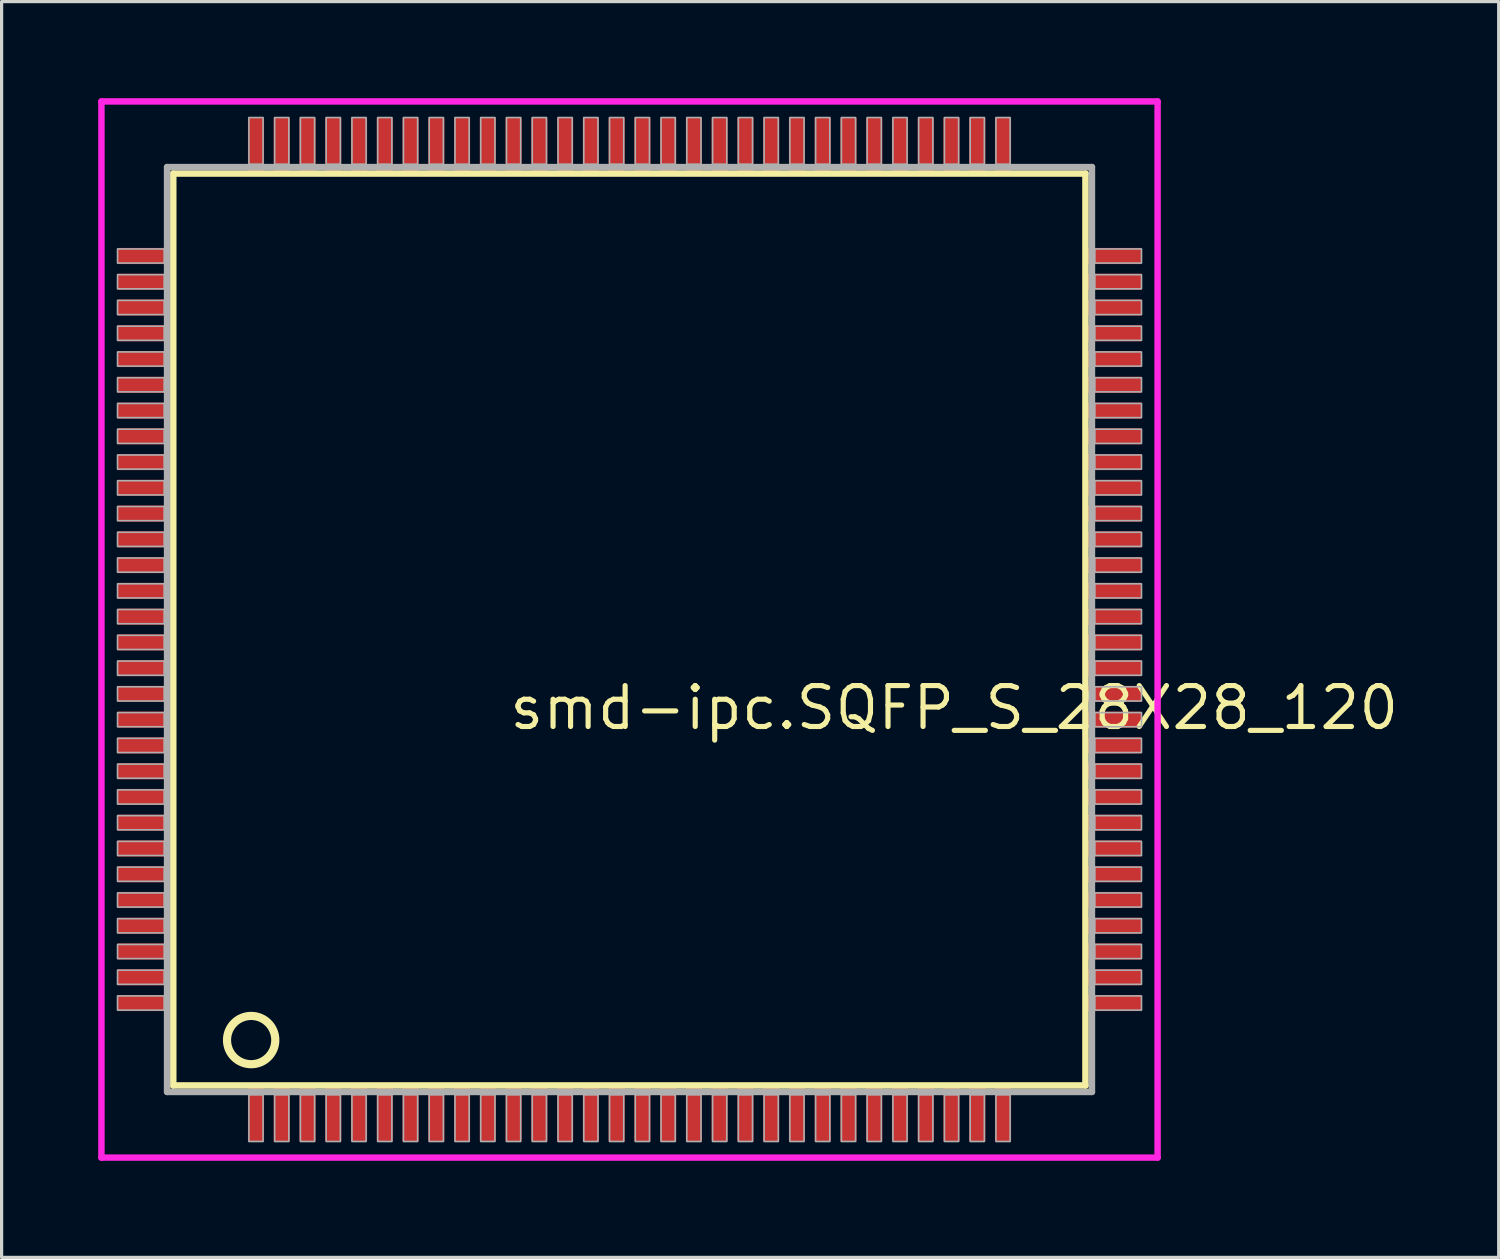
<source format=kicad_pcb>
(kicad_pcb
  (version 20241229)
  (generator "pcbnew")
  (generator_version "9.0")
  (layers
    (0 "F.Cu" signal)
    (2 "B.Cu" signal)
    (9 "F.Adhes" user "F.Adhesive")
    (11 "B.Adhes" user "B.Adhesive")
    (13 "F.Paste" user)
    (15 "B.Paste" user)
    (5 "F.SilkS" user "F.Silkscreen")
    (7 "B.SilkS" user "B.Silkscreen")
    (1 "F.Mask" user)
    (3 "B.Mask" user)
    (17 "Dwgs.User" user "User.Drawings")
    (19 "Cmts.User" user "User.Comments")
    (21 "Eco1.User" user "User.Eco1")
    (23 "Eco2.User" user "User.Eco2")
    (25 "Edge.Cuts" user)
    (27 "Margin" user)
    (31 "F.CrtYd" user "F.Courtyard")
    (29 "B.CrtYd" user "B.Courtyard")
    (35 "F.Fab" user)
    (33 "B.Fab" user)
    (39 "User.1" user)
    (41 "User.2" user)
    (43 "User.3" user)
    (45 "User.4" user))
  (footprint "smd-ipc.SQFP_S_28X28_120"
    (layer "F.Cu")
    (at 16.5 16.5)
    (property "Reference" "smd-ipc.SQFP_S_28X28_120" (at -3.81 3.175 0) (layer "F.SilkS") (effects (font (size 1.27 1.27) (thickness 0.16)) (justify left bottom)))
    (attr smd)
    (fp_line (start -14.17 -14.16) (end 14.16 -14.16) (stroke (width 0.203) (type default)) (layer "F.SilkS"))
    (fp_line (start -14.17 14.16) (end -14.17 -14.16) (stroke (width 0.203) (type default)) (layer "F.SilkS"))
    (fp_line (start 14.16 -14.16) (end 14.16 14.16) (stroke (width 0.203) (type default)) (layer "F.SilkS"))
    (fp_line (start 14.16 14.16) (end -14.17 14.16) (stroke (width 0.203) (type default)) (layer "F.SilkS"))
    (fp_circle (center -11.75 12.75) (end -11 12.75) (stroke (width 0.254) (type default)) (fill no) (layer "F.SilkS"))
    (fp_line (start -16.4 -16.4) (end 16.4 -16.4) (stroke (width 0.2) (type default)) (layer "F.CrtYd"))
    (fp_line (start -16.4 16.4) (end -16.4 -16.4) (stroke (width 0.2) (type default)) (layer "F.CrtYd"))
    (fp_line (start 16.4 -16.4) (end 16.4 16.4) (stroke (width 0.2) (type default)) (layer "F.CrtYd"))
    (fp_line (start 16.4 16.4) (end -16.4 16.4) (stroke (width 0.2) (type default)) (layer "F.CrtYd"))
    (fp_line (start -14.36 -14.36) (end -14.36 14.36) (stroke (width 0.203) (type default)) (layer "F.Fab"))
    (fp_line (start -14.36 14.36) (end 14.36 14.36) (stroke (width 0.203) (type default)) (layer "F.Fab"))
    (fp_line (start 14.36 -14.36) (end -14.36 -14.36) (stroke (width 0.203) (type default)) (layer "F.Fab"))
    (fp_line (start 14.36 14.36) (end 14.36 -14.36) (stroke (width 0.203) (type default)) (layer "F.Fab"))
    (fp_rect (start -15.9 -11.38) (end -14.45 -11.82) (stroke (width 0.05) (type default)) (fill no) (layer "F.Fab"))
    (fp_rect (start -15.9 -10.58) (end -14.45 -11.02) (stroke (width 0.05) (type default)) (fill no) (layer "F.Fab"))
    (fp_rect (start -15.9 -9.78) (end -14.45 -10.22) (stroke (width 0.05) (type default)) (fill no) (layer "F.Fab"))
    (fp_rect (start -15.9 -8.98) (end -14.45 -9.42) (stroke (width 0.05) (type default)) (fill no) (layer "F.Fab"))
    (fp_rect (start -15.9 -8.18) (end -14.45 -8.62) (stroke (width 0.05) (type default)) (fill no) (layer "F.Fab"))
    (fp_rect (start -15.9 -7.38) (end -14.45 -7.82) (stroke (width 0.05) (type default)) (fill no) (layer "F.Fab"))
    (fp_rect (start -15.9 -6.58) (end -14.45 -7.02) (stroke (width 0.05) (type default)) (fill no) (layer "F.Fab"))
    (fp_rect (start -15.9 -5.78) (end -14.45 -6.22) (stroke (width 0.05) (type default)) (fill no) (layer "F.Fab"))
    (fp_rect (start -15.9 -4.98) (end -14.45 -5.42) (stroke (width 0.05) (type default)) (fill no) (layer "F.Fab"))
    (fp_rect (start -15.9 -4.18) (end -14.45 -4.62) (stroke (width 0.05) (type default)) (fill no) (layer "F.Fab"))
    (fp_rect (start -15.9 -3.38) (end -14.45 -3.82) (stroke (width 0.05) (type default)) (fill no) (layer "F.Fab"))
    (fp_rect (start -15.9 -2.58) (end -14.45 -3.02) (stroke (width 0.05) (type default)) (fill no) (layer "F.Fab"))
    (fp_rect (start -15.9 -1.78) (end -14.45 -2.22) (stroke (width 0.05) (type default)) (fill no) (layer "F.Fab"))
    (fp_rect (start -15.9 -0.98) (end -14.45 -1.42) (stroke (width 0.05) (type default)) (fill no) (layer "F.Fab"))
    (fp_rect (start -15.9 -0.18) (end -14.45 -0.62) (stroke (width 0.05) (type default)) (fill no) (layer "F.Fab"))
    (fp_rect (start -15.9 0.62) (end -14.45 0.18) (stroke (width 0.05) (type default)) (fill no) (layer "F.Fab"))
    (fp_rect (start -15.9 1.42) (end -14.45 0.98) (stroke (width 0.05) (type default)) (fill no) (layer "F.Fab"))
    (fp_rect (start -15.9 2.22) (end -14.45 1.78) (stroke (width 0.05) (type default)) (fill no) (layer "F.Fab"))
    (fp_rect (start -15.9 3.02) (end -14.45 2.58) (stroke (width 0.05) (type default)) (fill no) (layer "F.Fab"))
    (fp_rect (start -15.9 3.82) (end -14.45 3.38) (stroke (width 0.05) (type default)) (fill no) (layer "F.Fab"))
    (fp_rect (start -15.9 4.62) (end -14.45 4.18) (stroke (width 0.05) (type default)) (fill no) (layer "F.Fab"))
    (fp_rect (start -15.9 5.42) (end -14.45 4.98) (stroke (width 0.05) (type default)) (fill no) (layer "F.Fab"))
    (fp_rect (start -15.9 6.22) (end -14.45 5.78) (stroke (width 0.05) (type default)) (fill no) (layer "F.Fab"))
    (fp_rect (start -15.9 7.02) (end -14.45 6.58) (stroke (width 0.05) (type default)) (fill no) (layer "F.Fab"))
    (fp_rect (start -15.9 7.82) (end -14.45 7.38) (stroke (width 0.05) (type default)) (fill no) (layer "F.Fab"))
    (fp_rect (start -15.9 8.62) (end -14.45 8.18) (stroke (width 0.05) (type default)) (fill no) (layer "F.Fab"))
    (fp_rect (start -15.9 9.42) (end -14.45 8.98) (stroke (width 0.05) (type default)) (fill no) (layer "F.Fab"))
    (fp_rect (start -15.9 10.22) (end -14.45 9.78) (stroke (width 0.05) (type default)) (fill no) (layer "F.Fab"))
    (fp_rect (start -15.9 11.02) (end -14.45 10.58) (stroke (width 0.05) (type default)) (fill no) (layer "F.Fab"))
    (fp_rect (start -15.9 11.82) (end -14.45 11.38) (stroke (width 0.05) (type default)) (fill no) (layer "F.Fab"))
    (fp_rect (start -11.82 -14.45) (end -11.38 -15.9) (stroke (width 0.05) (type default)) (fill no) (layer "F.Fab"))
    (fp_rect (start -11.82 15.9) (end -11.38 14.45) (stroke (width 0.05) (type default)) (fill no) (layer "F.Fab"))
    (fp_rect (start -11.02 -14.45) (end -10.58 -15.9) (stroke (width 0.05) (type default)) (fill no) (layer "F.Fab"))
    (fp_rect (start -11.02 15.9) (end -10.58 14.45) (stroke (width 0.05) (type default)) (fill no) (layer "F.Fab"))
    (fp_rect (start -10.22 -14.45) (end -9.78 -15.9) (stroke (width 0.05) (type default)) (fill no) (layer "F.Fab"))
    (fp_rect (start -10.22 15.9) (end -9.78 14.45) (stroke (width 0.05) (type default)) (fill no) (layer "F.Fab"))
    (fp_rect (start -9.42 -14.45) (end -8.98 -15.9) (stroke (width 0.05) (type default)) (fill no) (layer "F.Fab"))
    (fp_rect (start -9.42 15.9) (end -8.98 14.45) (stroke (width 0.05) (type default)) (fill no) (layer "F.Fab"))
    (fp_rect (start -8.62 -14.45) (end -8.18 -15.9) (stroke (width 0.05) (type default)) (fill no) (layer "F.Fab"))
    (fp_rect (start -8.62 15.9) (end -8.18 14.45) (stroke (width 0.05) (type default)) (fill no) (layer "F.Fab"))
    (fp_rect (start -7.82 -14.45) (end -7.38 -15.9) (stroke (width 0.05) (type default)) (fill no) (layer "F.Fab"))
    (fp_rect (start -7.82 15.9) (end -7.38 14.45) (stroke (width 0.05) (type default)) (fill no) (layer "F.Fab"))
    (fp_rect (start -7.02 -14.45) (end -6.58 -15.9) (stroke (width 0.05) (type default)) (fill no) (layer "F.Fab"))
    (fp_rect (start -7.02 15.9) (end -6.58 14.45) (stroke (width 0.05) (type default)) (fill no) (layer "F.Fab"))
    (fp_rect (start -6.22 -14.45) (end -5.78 -15.9) (stroke (width 0.05) (type default)) (fill no) (layer "F.Fab"))
    (fp_rect (start -6.22 15.9) (end -5.78 14.45) (stroke (width 0.05) (type default)) (fill no) (layer "F.Fab"))
    (fp_rect (start -5.42 -14.45) (end -4.98 -15.9) (stroke (width 0.05) (type default)) (fill no) (layer "F.Fab"))
    (fp_rect (start -5.42 15.9) (end -4.98 14.45) (stroke (width 0.05) (type default)) (fill no) (layer "F.Fab"))
    (fp_rect (start -4.62 -14.45) (end -4.18 -15.9) (stroke (width 0.05) (type default)) (fill no) (layer "F.Fab"))
    (fp_rect (start -4.62 15.9) (end -4.18 14.45) (stroke (width 0.05) (type default)) (fill no) (layer "F.Fab"))
    (fp_rect (start -3.82 -14.45) (end -3.38 -15.9) (stroke (width 0.05) (type default)) (fill no) (layer "F.Fab"))
    (fp_rect (start -3.82 15.9) (end -3.38 14.45) (stroke (width 0.05) (type default)) (fill no) (layer "F.Fab"))
    (fp_rect (start -3.02 -14.45) (end -2.58 -15.9) (stroke (width 0.05) (type default)) (fill no) (layer "F.Fab"))
    (fp_rect (start -3.02 15.9) (end -2.58 14.45) (stroke (width 0.05) (type default)) (fill no) (layer "F.Fab"))
    (fp_rect (start -2.22 -14.45) (end -1.78 -15.9) (stroke (width 0.05) (type default)) (fill no) (layer "F.Fab"))
    (fp_rect (start -2.22 15.9) (end -1.78 14.45) (stroke (width 0.05) (type default)) (fill no) (layer "F.Fab"))
    (fp_rect (start -1.42 -14.45) (end -0.98 -15.9) (stroke (width 0.05) (type default)) (fill no) (layer "F.Fab"))
    (fp_rect (start -1.42 15.9) (end -0.98 14.45) (stroke (width 0.05) (type default)) (fill no) (layer "F.Fab"))
    (fp_rect (start -0.62 -14.45) (end -0.18 -15.9) (stroke (width 0.05) (type default)) (fill no) (layer "F.Fab"))
    (fp_rect (start -0.62 15.9) (end -0.18 14.45) (stroke (width 0.05) (type default)) (fill no) (layer "F.Fab"))
    (fp_rect (start 0.18 -14.45) (end 0.62 -15.9) (stroke (width 0.05) (type default)) (fill no) (layer "F.Fab"))
    (fp_rect (start 0.18 15.9) (end 0.62 14.45) (stroke (width 0.05) (type default)) (fill no) (layer "F.Fab"))
    (fp_rect (start 0.98 -14.45) (end 1.42 -15.9) (stroke (width 0.05) (type default)) (fill no) (layer "F.Fab"))
    (fp_rect (start 0.98 15.9) (end 1.42 14.45) (stroke (width 0.05) (type default)) (fill no) (layer "F.Fab"))
    (fp_rect (start 1.78 -14.45) (end 2.22 -15.9) (stroke (width 0.05) (type default)) (fill no) (layer "F.Fab"))
    (fp_rect (start 1.78 15.9) (end 2.22 14.45) (stroke (width 0.05) (type default)) (fill no) (layer "F.Fab"))
    (fp_rect (start 2.58 -14.45) (end 3.02 -15.9) (stroke (width 0.05) (type default)) (fill no) (layer "F.Fab"))
    (fp_rect (start 2.58 15.9) (end 3.02 14.45) (stroke (width 0.05) (type default)) (fill no) (layer "F.Fab"))
    (fp_rect (start 3.38 -14.45) (end 3.82 -15.9) (stroke (width 0.05) (type default)) (fill no) (layer "F.Fab"))
    (fp_rect (start 3.38 15.9) (end 3.82 14.45) (stroke (width 0.05) (type default)) (fill no) (layer "F.Fab"))
    (fp_rect (start 4.18 -14.45) (end 4.62 -15.9) (stroke (width 0.05) (type default)) (fill no) (layer "F.Fab"))
    (fp_rect (start 4.18 15.9) (end 4.62 14.45) (stroke (width 0.05) (type default)) (fill no) (layer "F.Fab"))
    (fp_rect (start 4.98 -14.45) (end 5.42 -15.9) (stroke (width 0.05) (type default)) (fill no) (layer "F.Fab"))
    (fp_rect (start 4.98 15.9) (end 5.42 14.45) (stroke (width 0.05) (type default)) (fill no) (layer "F.Fab"))
    (fp_rect (start 5.78 -14.45) (end 6.22 -15.9) (stroke (width 0.05) (type default)) (fill no) (layer "F.Fab"))
    (fp_rect (start 5.78 15.9) (end 6.22 14.45) (stroke (width 0.05) (type default)) (fill no) (layer "F.Fab"))
    (fp_rect (start 6.58 -14.45) (end 7.02 -15.9) (stroke (width 0.05) (type default)) (fill no) (layer "F.Fab"))
    (fp_rect (start 6.58 15.9) (end 7.02 14.45) (stroke (width 0.05) (type default)) (fill no) (layer "F.Fab"))
    (fp_rect (start 7.38 -14.45) (end 7.82 -15.9) (stroke (width 0.05) (type default)) (fill no) (layer "F.Fab"))
    (fp_rect (start 7.38 15.9) (end 7.82 14.45) (stroke (width 0.05) (type default)) (fill no) (layer "F.Fab"))
    (fp_rect (start 8.18 -14.45) (end 8.62 -15.9) (stroke (width 0.05) (type default)) (fill no) (layer "F.Fab"))
    (fp_rect (start 8.18 15.9) (end 8.62 14.45) (stroke (width 0.05) (type default)) (fill no) (layer "F.Fab"))
    (fp_rect (start 8.98 -14.45) (end 9.42 -15.9) (stroke (width 0.05) (type default)) (fill no) (layer "F.Fab"))
    (fp_rect (start 8.98 15.9) (end 9.42 14.45) (stroke (width 0.05) (type default)) (fill no) (layer "F.Fab"))
    (fp_rect (start 9.78 -14.45) (end 10.22 -15.9) (stroke (width 0.05) (type default)) (fill no) (layer "F.Fab"))
    (fp_rect (start 9.78 15.9) (end 10.22 14.45) (stroke (width 0.05) (type default)) (fill no) (layer "F.Fab"))
    (fp_rect (start 10.58 -14.45) (end 11.02 -15.9) (stroke (width 0.05) (type default)) (fill no) (layer "F.Fab"))
    (fp_rect (start 10.58 15.9) (end 11.02 14.45) (stroke (width 0.05) (type default)) (fill no) (layer "F.Fab"))
    (fp_rect (start 11.38 -14.45) (end 11.82 -15.9) (stroke (width 0.05) (type default)) (fill no) (layer "F.Fab"))
    (fp_rect (start 11.38 15.9) (end 11.82 14.45) (stroke (width 0.05) (type default)) (fill no) (layer "F.Fab"))
    (fp_rect (start 14.45 -11.38) (end 15.9 -11.82) (stroke (width 0.05) (type default)) (fill no) (layer "F.Fab"))
    (fp_rect (start 14.45 -10.58) (end 15.9 -11.02) (stroke (width 0.05) (type default)) (fill no) (layer "F.Fab"))
    (fp_rect (start 14.45 -9.78) (end 15.9 -10.22) (stroke (width 0.05) (type default)) (fill no) (layer "F.Fab"))
    (fp_rect (start 14.45 -8.98) (end 15.9 -9.42) (stroke (width 0.05) (type default)) (fill no) (layer "F.Fab"))
    (fp_rect (start 14.45 -8.18) (end 15.9 -8.62) (stroke (width 0.05) (type default)) (fill no) (layer "F.Fab"))
    (fp_rect (start 14.45 -7.38) (end 15.9 -7.82) (stroke (width 0.05) (type default)) (fill no) (layer "F.Fab"))
    (fp_rect (start 14.45 -6.58) (end 15.9 -7.02) (stroke (width 0.05) (type default)) (fill no) (layer "F.Fab"))
    (fp_rect (start 14.45 -5.78) (end 15.9 -6.22) (stroke (width 0.05) (type default)) (fill no) (layer "F.Fab"))
    (fp_rect (start 14.45 -4.98) (end 15.9 -5.42) (stroke (width 0.05) (type default)) (fill no) (layer "F.Fab"))
    (fp_rect (start 14.45 -4.18) (end 15.9 -4.62) (stroke (width 0.05) (type default)) (fill no) (layer "F.Fab"))
    (fp_rect (start 14.45 -3.38) (end 15.9 -3.82) (stroke (width 0.05) (type default)) (fill no) (layer "F.Fab"))
    (fp_rect (start 14.45 -2.58) (end 15.9 -3.02) (stroke (width 0.05) (type default)) (fill no) (layer "F.Fab"))
    (fp_rect (start 14.45 -1.78) (end 15.9 -2.22) (stroke (width 0.05) (type default)) (fill no) (layer "F.Fab"))
    (fp_rect (start 14.45 -0.98) (end 15.9 -1.42) (stroke (width 0.05) (type default)) (fill no) (layer "F.Fab"))
    (fp_rect (start 14.45 -0.18) (end 15.9 -0.62) (stroke (width 0.05) (type default)) (fill no) (layer "F.Fab"))
    (fp_rect (start 14.45 0.62) (end 15.9 0.18) (stroke (width 0.05) (type default)) (fill no) (layer "F.Fab"))
    (fp_rect (start 14.45 1.42) (end 15.9 0.98) (stroke (width 0.05) (type default)) (fill no) (layer "F.Fab"))
    (fp_rect (start 14.45 2.22) (end 15.9 1.78) (stroke (width 0.05) (type default)) (fill no) (layer "F.Fab"))
    (fp_rect (start 14.45 3.02) (end 15.9 2.58) (stroke (width 0.05) (type default)) (fill no) (layer "F.Fab"))
    (fp_rect (start 14.45 3.82) (end 15.9 3.38) (stroke (width 0.05) (type default)) (fill no) (layer "F.Fab"))
    (fp_rect (start 14.45 4.62) (end 15.9 4.18) (stroke (width 0.05) (type default)) (fill no) (layer "F.Fab"))
    (fp_rect (start 14.45 5.42) (end 15.9 4.98) (stroke (width 0.05) (type default)) (fill no) (layer "F.Fab"))
    (fp_rect (start 14.45 6.22) (end 15.9 5.78) (stroke (width 0.05) (type default)) (fill no) (layer "F.Fab"))
    (fp_rect (start 14.45 7.02) (end 15.9 6.58) (stroke (width 0.05) (type default)) (fill no) (layer "F.Fab"))
    (fp_rect (start 14.45 7.82) (end 15.9 7.38) (stroke (width 0.05) (type default)) (fill no) (layer "F.Fab"))
    (fp_rect (start 14.45 8.62) (end 15.9 8.18) (stroke (width 0.05) (type default)) (fill no) (layer "F.Fab"))
    (fp_rect (start 14.45 9.42) (end 15.9 8.98) (stroke (width 0.05) (type default)) (fill no) (layer "F.Fab"))
    (fp_rect (start 14.45 10.22) (end 15.9 9.78) (stroke (width 0.05) (type default)) (fill no) (layer "F.Fab"))
    (fp_rect (start 14.45 11.02) (end 15.9 10.58) (stroke (width 0.05) (type default)) (fill no) (layer "F.Fab"))
    (fp_rect (start 14.45 11.82) (end 15.9 11.38) (stroke (width 0.05) (type default)) (fill no) (layer "F.Fab"))
    (pad "1" smd roundrect (at -11.6 15) (size 0.5 1.8) (layers "F.Cu" "F.Mask" "F.Paste") (roundrect_rratio 0.01))
    (pad "2" smd roundrect (at -10.8 15) (size 0.5 1.8) (layers "F.Cu" "F.Mask" "F.Paste") (roundrect_rratio 0.01))
    (pad "3" smd roundrect (at -10 15) (size 0.5 1.8) (layers "F.Cu" "F.Mask" "F.Paste") (roundrect_rratio 0.01))
    (pad "4" smd roundrect (at -9.2 15) (size 0.5 1.8) (layers "F.Cu" "F.Mask" "F.Paste") (roundrect_rratio 0.01))
    (pad "5" smd roundrect (at -8.4 15) (size 0.5 1.8) (layers "F.Cu" "F.Mask" "F.Paste") (roundrect_rratio 0.01))
    (pad "6" smd roundrect (at -7.6 15) (size 0.5 1.8) (layers "F.Cu" "F.Mask" "F.Paste") (roundrect_rratio 0.01))
    (pad "7" smd roundrect (at -6.8 15) (size 0.5 1.8) (layers "F.Cu" "F.Mask" "F.Paste") (roundrect_rratio 0.01))
    (pad "8" smd roundrect (at -6 15) (size 0.5 1.8) (layers "F.Cu" "F.Mask" "F.Paste") (roundrect_rratio 0.01))
    (pad "9" smd roundrect (at -5.2 15) (size 0.5 1.8) (layers "F.Cu" "F.Mask" "F.Paste") (roundrect_rratio 0.01))
    (pad "10" smd roundrect (at -4.4 15) (size 0.5 1.8) (layers "F.Cu" "F.Mask" "F.Paste") (roundrect_rratio 0.01))
    (pad "11" smd roundrect (at -3.6 15) (size 0.5 1.8) (layers "F.Cu" "F.Mask" "F.Paste") (roundrect_rratio 0.01))
    (pad "12" smd roundrect (at -2.8 15) (size 0.5 1.8) (layers "F.Cu" "F.Mask" "F.Paste") (roundrect_rratio 0.01))
    (pad "13" smd roundrect (at -2 15) (size 0.5 1.8) (layers "F.Cu" "F.Mask" "F.Paste") (roundrect_rratio 0.01))
    (pad "14" smd roundrect (at -1.2 15) (size 0.5 1.8) (layers "F.Cu" "F.Mask" "F.Paste") (roundrect_rratio 0.01))
    (pad "15" smd roundrect (at -0.4 15) (size 0.5 1.8) (layers "F.Cu" "F.Mask" "F.Paste") (roundrect_rratio 0.01))
    (pad "16" smd roundrect (at 0.4 15) (size 0.5 1.8) (layers "F.Cu" "F.Mask" "F.Paste") (roundrect_rratio 0.01))
    (pad "17" smd roundrect (at 1.2 15) (size 0.5 1.8) (layers "F.Cu" "F.Mask" "F.Paste") (roundrect_rratio 0.01))
    (pad "18" smd roundrect (at 2 15) (size 0.5 1.8) (layers "F.Cu" "F.Mask" "F.Paste") (roundrect_rratio 0.01))
    (pad "19" smd roundrect (at 2.8 15) (size 0.5 1.8) (layers "F.Cu" "F.Mask" "F.Paste") (roundrect_rratio 0.01))
    (pad "20" smd roundrect (at 3.6 15) (size 0.5 1.8) (layers "F.Cu" "F.Mask" "F.Paste") (roundrect_rratio 0.01))
    (pad "21" smd roundrect (at 4.4 15) (size 0.5 1.8) (layers "F.Cu" "F.Mask" "F.Paste") (roundrect_rratio 0.01))
    (pad "22" smd roundrect (at 5.2 15) (size 0.5 1.8) (layers "F.Cu" "F.Mask" "F.Paste") (roundrect_rratio 0.01))
    (pad "23" smd roundrect (at 6 15) (size 0.5 1.8) (layers "F.Cu" "F.Mask" "F.Paste") (roundrect_rratio 0.01))
    (pad "24" smd roundrect (at 6.8 15) (size 0.5 1.8) (layers "F.Cu" "F.Mask" "F.Paste") (roundrect_rratio 0.01))
    (pad "25" smd roundrect (at 7.6 15) (size 0.5 1.8) (layers "F.Cu" "F.Mask" "F.Paste") (roundrect_rratio 0.01))
    (pad "26" smd roundrect (at 8.4 15) (size 0.5 1.8) (layers "F.Cu" "F.Mask" "F.Paste") (roundrect_rratio 0.01))
    (pad "27" smd roundrect (at 9.2 15) (size 0.5 1.8) (layers "F.Cu" "F.Mask" "F.Paste") (roundrect_rratio 0.01))
    (pad "28" smd roundrect (at 10 15) (size 0.5 1.8) (layers "F.Cu" "F.Mask" "F.Paste") (roundrect_rratio 0.01))
    (pad "29" smd roundrect (at 10.8 15) (size 0.5 1.8) (layers "F.Cu" "F.Mask" "F.Paste") (roundrect_rratio 0.01))
    (pad "30" smd roundrect (at 11.6 15) (size 0.5 1.8) (layers "F.Cu" "F.Mask" "F.Paste") (roundrect_rratio 0.01))
    (pad "31" smd roundrect (at 15 11.6) (size 1.8 0.5) (layers "F.Cu" "F.Mask" "F.Paste") (roundrect_rratio 0.01))
    (pad "32" smd roundrect (at 15 10.8) (size 1.8 0.5) (layers "F.Cu" "F.Mask" "F.Paste") (roundrect_rratio 0.01))
    (pad "33" smd roundrect (at 15 10) (size 1.8 0.5) (layers "F.Cu" "F.Mask" "F.Paste") (roundrect_rratio 0.01))
    (pad "34" smd roundrect (at 15 9.2) (size 1.8 0.5) (layers "F.Cu" "F.Mask" "F.Paste") (roundrect_rratio 0.01))
    (pad "35" smd roundrect (at 15 8.4) (size 1.8 0.5) (layers "F.Cu" "F.Mask" "F.Paste") (roundrect_rratio 0.01))
    (pad "36" smd roundrect (at 15 7.6) (size 1.8 0.5) (layers "F.Cu" "F.Mask" "F.Paste") (roundrect_rratio 0.01))
    (pad "37" smd roundrect (at 15 6.8) (size 1.8 0.5) (layers "F.Cu" "F.Mask" "F.Paste") (roundrect_rratio 0.01))
    (pad "38" smd roundrect (at 15 6) (size 1.8 0.5) (layers "F.Cu" "F.Mask" "F.Paste") (roundrect_rratio 0.01))
    (pad "39" smd roundrect (at 15 5.2) (size 1.8 0.5) (layers "F.Cu" "F.Mask" "F.Paste") (roundrect_rratio 0.01))
    (pad "40" smd roundrect (at 15 4.4) (size 1.8 0.5) (layers "F.Cu" "F.Mask" "F.Paste") (roundrect_rratio 0.01))
    (pad "41" smd roundrect (at 15 3.6) (size 1.8 0.5) (layers "F.Cu" "F.Mask" "F.Paste") (roundrect_rratio 0.01))
    (pad "42" smd roundrect (at 15 2.8) (size 1.8 0.5) (layers "F.Cu" "F.Mask" "F.Paste") (roundrect_rratio 0.01))
    (pad "43" smd roundrect (at 15 2) (size 1.8 0.5) (layers "F.Cu" "F.Mask" "F.Paste") (roundrect_rratio 0.01))
    (pad "44" smd roundrect (at 15 1.2) (size 1.8 0.5) (layers "F.Cu" "F.Mask" "F.Paste") (roundrect_rratio 0.01))
    (pad "45" smd roundrect (at 15 0.4) (size 1.8 0.5) (layers "F.Cu" "F.Mask" "F.Paste") (roundrect_rratio 0.01))
    (pad "46" smd roundrect (at 15 -0.4) (size 1.8 0.5) (layers "F.Cu" "F.Mask" "F.Paste") (roundrect_rratio 0.01))
    (pad "47" smd roundrect (at 15 -1.2) (size 1.8 0.5) (layers "F.Cu" "F.Mask" "F.Paste") (roundrect_rratio 0.01))
    (pad "48" smd roundrect (at 15 -2) (size 1.8 0.5) (layers "F.Cu" "F.Mask" "F.Paste") (roundrect_rratio 0.01))
    (pad "49" smd roundrect (at 15 -2.8) (size 1.8 0.5) (layers "F.Cu" "F.Mask" "F.Paste") (roundrect_rratio 0.01))
    (pad "50" smd roundrect (at 15 -3.6) (size 1.8 0.5) (layers "F.Cu" "F.Mask" "F.Paste") (roundrect_rratio 0.01))
    (pad "51" smd roundrect (at 15 -4.4) (size 1.8 0.5) (layers "F.Cu" "F.Mask" "F.Paste") (roundrect_rratio 0.01))
    (pad "52" smd roundrect (at 15 -5.2) (size 1.8 0.5) (layers "F.Cu" "F.Mask" "F.Paste") (roundrect_rratio 0.01))
    (pad "53" smd roundrect (at 15 -6) (size 1.8 0.5) (layers "F.Cu" "F.Mask" "F.Paste") (roundrect_rratio 0.01))
    (pad "54" smd roundrect (at 15 -6.8) (size 1.8 0.5) (layers "F.Cu" "F.Mask" "F.Paste") (roundrect_rratio 0.01))
    (pad "55" smd roundrect (at 15 -7.6) (size 1.8 0.5) (layers "F.Cu" "F.Mask" "F.Paste") (roundrect_rratio 0.01))
    (pad "56" smd roundrect (at 15 -8.4) (size 1.8 0.5) (layers "F.Cu" "F.Mask" "F.Paste") (roundrect_rratio 0.01))
    (pad "57" smd roundrect (at 15 -9.2) (size 1.8 0.5) (layers "F.Cu" "F.Mask" "F.Paste") (roundrect_rratio 0.01))
    (pad "58" smd roundrect (at 15 -10) (size 1.8 0.5) (layers "F.Cu" "F.Mask" "F.Paste") (roundrect_rratio 0.01))
    (pad "59" smd roundrect (at 15 -10.8) (size 1.8 0.5) (layers "F.Cu" "F.Mask" "F.Paste") (roundrect_rratio 0.01))
    (pad "60" smd roundrect (at 15 -11.6) (size 1.8 0.5) (layers "F.Cu" "F.Mask" "F.Paste") (roundrect_rratio 0.01))
    (pad "61" smd roundrect (at 11.6 -15) (size 0.5 1.8) (layers "F.Cu" "F.Mask" "F.Paste") (roundrect_rratio 0.01))
    (pad "62" smd roundrect (at 10.8 -15) (size 0.5 1.8) (layers "F.Cu" "F.Mask" "F.Paste") (roundrect_rratio 0.01))
    (pad "63" smd roundrect (at 10 -15) (size 0.5 1.8) (layers "F.Cu" "F.Mask" "F.Paste") (roundrect_rratio 0.01))
    (pad "64" smd roundrect (at 9.2 -15) (size 0.5 1.8) (layers "F.Cu" "F.Mask" "F.Paste") (roundrect_rratio 0.01))
    (pad "65" smd roundrect (at 8.4 -15) (size 0.5 1.8) (layers "F.Cu" "F.Mask" "F.Paste") (roundrect_rratio 0.01))
    (pad "66" smd roundrect (at 7.6 -15) (size 0.5 1.8) (layers "F.Cu" "F.Mask" "F.Paste") (roundrect_rratio 0.01))
    (pad "67" smd roundrect (at 6.8 -15) (size 0.5 1.8) (layers "F.Cu" "F.Mask" "F.Paste") (roundrect_rratio 0.01))
    (pad "68" smd roundrect (at 6 -15) (size 0.5 1.8) (layers "F.Cu" "F.Mask" "F.Paste") (roundrect_rratio 0.01))
    (pad "69" smd roundrect (at 5.2 -15) (size 0.5 1.8) (layers "F.Cu" "F.Mask" "F.Paste") (roundrect_rratio 0.01))
    (pad "70" smd roundrect (at 4.4 -15) (size 0.5 1.8) (layers "F.Cu" "F.Mask" "F.Paste") (roundrect_rratio 0.01))
    (pad "71" smd roundrect (at 3.6 -15) (size 0.5 1.8) (layers "F.Cu" "F.Mask" "F.Paste") (roundrect_rratio 0.01))
    (pad "72" smd roundrect (at 2.8 -15) (size 0.5 1.8) (layers "F.Cu" "F.Mask" "F.Paste") (roundrect_rratio 0.01))
    (pad "73" smd roundrect (at 2 -15) (size 0.5 1.8) (layers "F.Cu" "F.Mask" "F.Paste") (roundrect_rratio 0.01))
    (pad "74" smd roundrect (at 1.2 -15) (size 0.5 1.8) (layers "F.Cu" "F.Mask" "F.Paste") (roundrect_rratio 0.01))
    (pad "75" smd roundrect (at 0.4 -15) (size 0.5 1.8) (layers "F.Cu" "F.Mask" "F.Paste") (roundrect_rratio 0.01))
    (pad "76" smd roundrect (at -0.4 -15) (size 0.5 1.8) (layers "F.Cu" "F.Mask" "F.Paste") (roundrect_rratio 0.01))
    (pad "77" smd roundrect (at -1.2 -15) (size 0.5 1.8) (layers "F.Cu" "F.Mask" "F.Paste") (roundrect_rratio 0.01))
    (pad "78" smd roundrect (at -2 -15) (size 0.5 1.8) (layers "F.Cu" "F.Mask" "F.Paste") (roundrect_rratio 0.01))
    (pad "79" smd roundrect (at -2.8 -15) (size 0.5 1.8) (layers "F.Cu" "F.Mask" "F.Paste") (roundrect_rratio 0.01))
    (pad "80" smd roundrect (at -3.6 -15) (size 0.5 1.8) (layers "F.Cu" "F.Mask" "F.Paste") (roundrect_rratio 0.01))
    (pad "81" smd roundrect (at -4.4 -15) (size 0.5 1.8) (layers "F.Cu" "F.Mask" "F.Paste") (roundrect_rratio 0.01))
    (pad "82" smd roundrect (at -5.2 -15) (size 0.5 1.8) (layers "F.Cu" "F.Mask" "F.Paste") (roundrect_rratio 0.01))
    (pad "83" smd roundrect (at -6 -15) (size 0.5 1.8) (layers "F.Cu" "F.Mask" "F.Paste") (roundrect_rratio 0.01))
    (pad "84" smd roundrect (at -6.8 -15) (size 0.5 1.8) (layers "F.Cu" "F.Mask" "F.Paste") (roundrect_rratio 0.01))
    (pad "85" smd roundrect (at -7.6 -15) (size 0.5 1.8) (layers "F.Cu" "F.Mask" "F.Paste") (roundrect_rratio 0.01))
    (pad "86" smd roundrect (at -8.4 -15) (size 0.5 1.8) (layers "F.Cu" "F.Mask" "F.Paste") (roundrect_rratio 0.01))
    (pad "87" smd roundrect (at -9.2 -15) (size 0.5 1.8) (layers "F.Cu" "F.Mask" "F.Paste") (roundrect_rratio 0.01))
    (pad "88" smd roundrect (at -10 -15) (size 0.5 1.8) (layers "F.Cu" "F.Mask" "F.Paste") (roundrect_rratio 0.01))
    (pad "89" smd roundrect (at -10.8 -15) (size 0.5 1.8) (layers "F.Cu" "F.Mask" "F.Paste") (roundrect_rratio 0.01))
    (pad "90" smd roundrect (at -11.6 -15) (size 0.5 1.8) (layers "F.Cu" "F.Mask" "F.Paste") (roundrect_rratio 0.01))
    (pad "91" smd roundrect (at -15 -11.6) (size 1.8 0.5) (layers "F.Cu" "F.Mask" "F.Paste") (roundrect_rratio 0.01))
    (pad "92" smd roundrect (at -15 -10.8) (size 1.8 0.5) (layers "F.Cu" "F.Mask" "F.Paste") (roundrect_rratio 0.01))
    (pad "93" smd roundrect (at -15 -10) (size 1.8 0.5) (layers "F.Cu" "F.Mask" "F.Paste") (roundrect_rratio 0.01))
    (pad "94" smd roundrect (at -15 -9.2) (size 1.8 0.5) (layers "F.Cu" "F.Mask" "F.Paste") (roundrect_rratio 0.01))
    (pad "95" smd roundrect (at -15 -8.4) (size 1.8 0.5) (layers "F.Cu" "F.Mask" "F.Paste") (roundrect_rratio 0.01))
    (pad "96" smd roundrect (at -15 -7.6) (size 1.8 0.5) (layers "F.Cu" "F.Mask" "F.Paste") (roundrect_rratio 0.01))
    (pad "97" smd roundrect (at -15 -6.8) (size 1.8 0.5) (layers "F.Cu" "F.Mask" "F.Paste") (roundrect_rratio 0.01))
    (pad "98" smd roundrect (at -15 -6) (size 1.8 0.5) (layers "F.Cu" "F.Mask" "F.Paste") (roundrect_rratio 0.01))
    (pad "99" smd roundrect (at -15 -5.2) (size 1.8 0.5) (layers "F.Cu" "F.Mask" "F.Paste") (roundrect_rratio 0.01))
    (pad "100" smd roundrect (at -15 -4.4) (size 1.8 0.5) (layers "F.Cu" "F.Mask" "F.Paste") (roundrect_rratio 0.01))
    (pad "101" smd roundrect (at -15 -3.6) (size 1.8 0.5) (layers "F.Cu" "F.Mask" "F.Paste") (roundrect_rratio 0.01))
    (pad "102" smd roundrect (at -15 -2.8) (size 1.8 0.5) (layers "F.Cu" "F.Mask" "F.Paste") (roundrect_rratio 0.01))
    (pad "103" smd roundrect (at -15 -2) (size 1.8 0.5) (layers "F.Cu" "F.Mask" "F.Paste") (roundrect_rratio 0.01))
    (pad "104" smd roundrect (at -15 -1.2) (size 1.8 0.5) (layers "F.Cu" "F.Mask" "F.Paste") (roundrect_rratio 0.01))
    (pad "105" smd roundrect (at -15 -0.4) (size 1.8 0.5) (layers "F.Cu" "F.Mask" "F.Paste") (roundrect_rratio 0.01))
    (pad "106" smd roundrect (at -15 0.4) (size 1.8 0.5) (layers "F.Cu" "F.Mask" "F.Paste") (roundrect_rratio 0.01))
    (pad "107" smd roundrect (at -15 1.2) (size 1.8 0.5) (layers "F.Cu" "F.Mask" "F.Paste") (roundrect_rratio 0.01))
    (pad "108" smd roundrect (at -15 2) (size 1.8 0.5) (layers "F.Cu" "F.Mask" "F.Paste") (roundrect_rratio 0.01))
    (pad "109" smd roundrect (at -15 2.8) (size 1.8 0.5) (layers "F.Cu" "F.Mask" "F.Paste") (roundrect_rratio 0.01))
    (pad "110" smd roundrect (at -15 3.6) (size 1.8 0.5) (layers "F.Cu" "F.Mask" "F.Paste") (roundrect_rratio 0.01))
    (pad "111" smd roundrect (at -15 4.4) (size 1.8 0.5) (layers "F.Cu" "F.Mask" "F.Paste") (roundrect_rratio 0.01))
    (pad "112" smd roundrect (at -15 5.2) (size 1.8 0.5) (layers "F.Cu" "F.Mask" "F.Paste") (roundrect_rratio 0.01))
    (pad "113" smd roundrect (at -15 6) (size 1.8 0.5) (layers "F.Cu" "F.Mask" "F.Paste") (roundrect_rratio 0.01))
    (pad "114" smd roundrect (at -15 6.8) (size 1.8 0.5) (layers "F.Cu" "F.Mask" "F.Paste") (roundrect_rratio 0.01))
    (pad "115" smd roundrect (at -15 7.6) (size 1.8 0.5) (layers "F.Cu" "F.Mask" "F.Paste") (roundrect_rratio 0.01))
    (pad "116" smd roundrect (at -15 8.4) (size 1.8 0.5) (layers "F.Cu" "F.Mask" "F.Paste") (roundrect_rratio 0.01))
    (pad "117" smd roundrect (at -15 9.2) (size 1.8 0.5) (layers "F.Cu" "F.Mask" "F.Paste") (roundrect_rratio 0.01))
    (pad "118" smd roundrect (at -15 10) (size 1.8 0.5) (layers "F.Cu" "F.Mask" "F.Paste") (roundrect_rratio 0.01))
    (pad "119" smd roundrect (at -15 10.8) (size 1.8 0.5) (layers "F.Cu" "F.Mask" "F.Paste") (roundrect_rratio 0.01))
    (pad "120" smd roundrect (at -15 11.6) (size 1.8 0.5) (layers "F.Cu" "F.Mask" "F.Paste") (roundrect_rratio 0.01)))
  (gr_rect
    (start -3 -3)
    (end 43.493 36)
    (stroke (width 0.1) (type default))
    (fill no)
    (layer "Edge.Cuts")))
</source>
